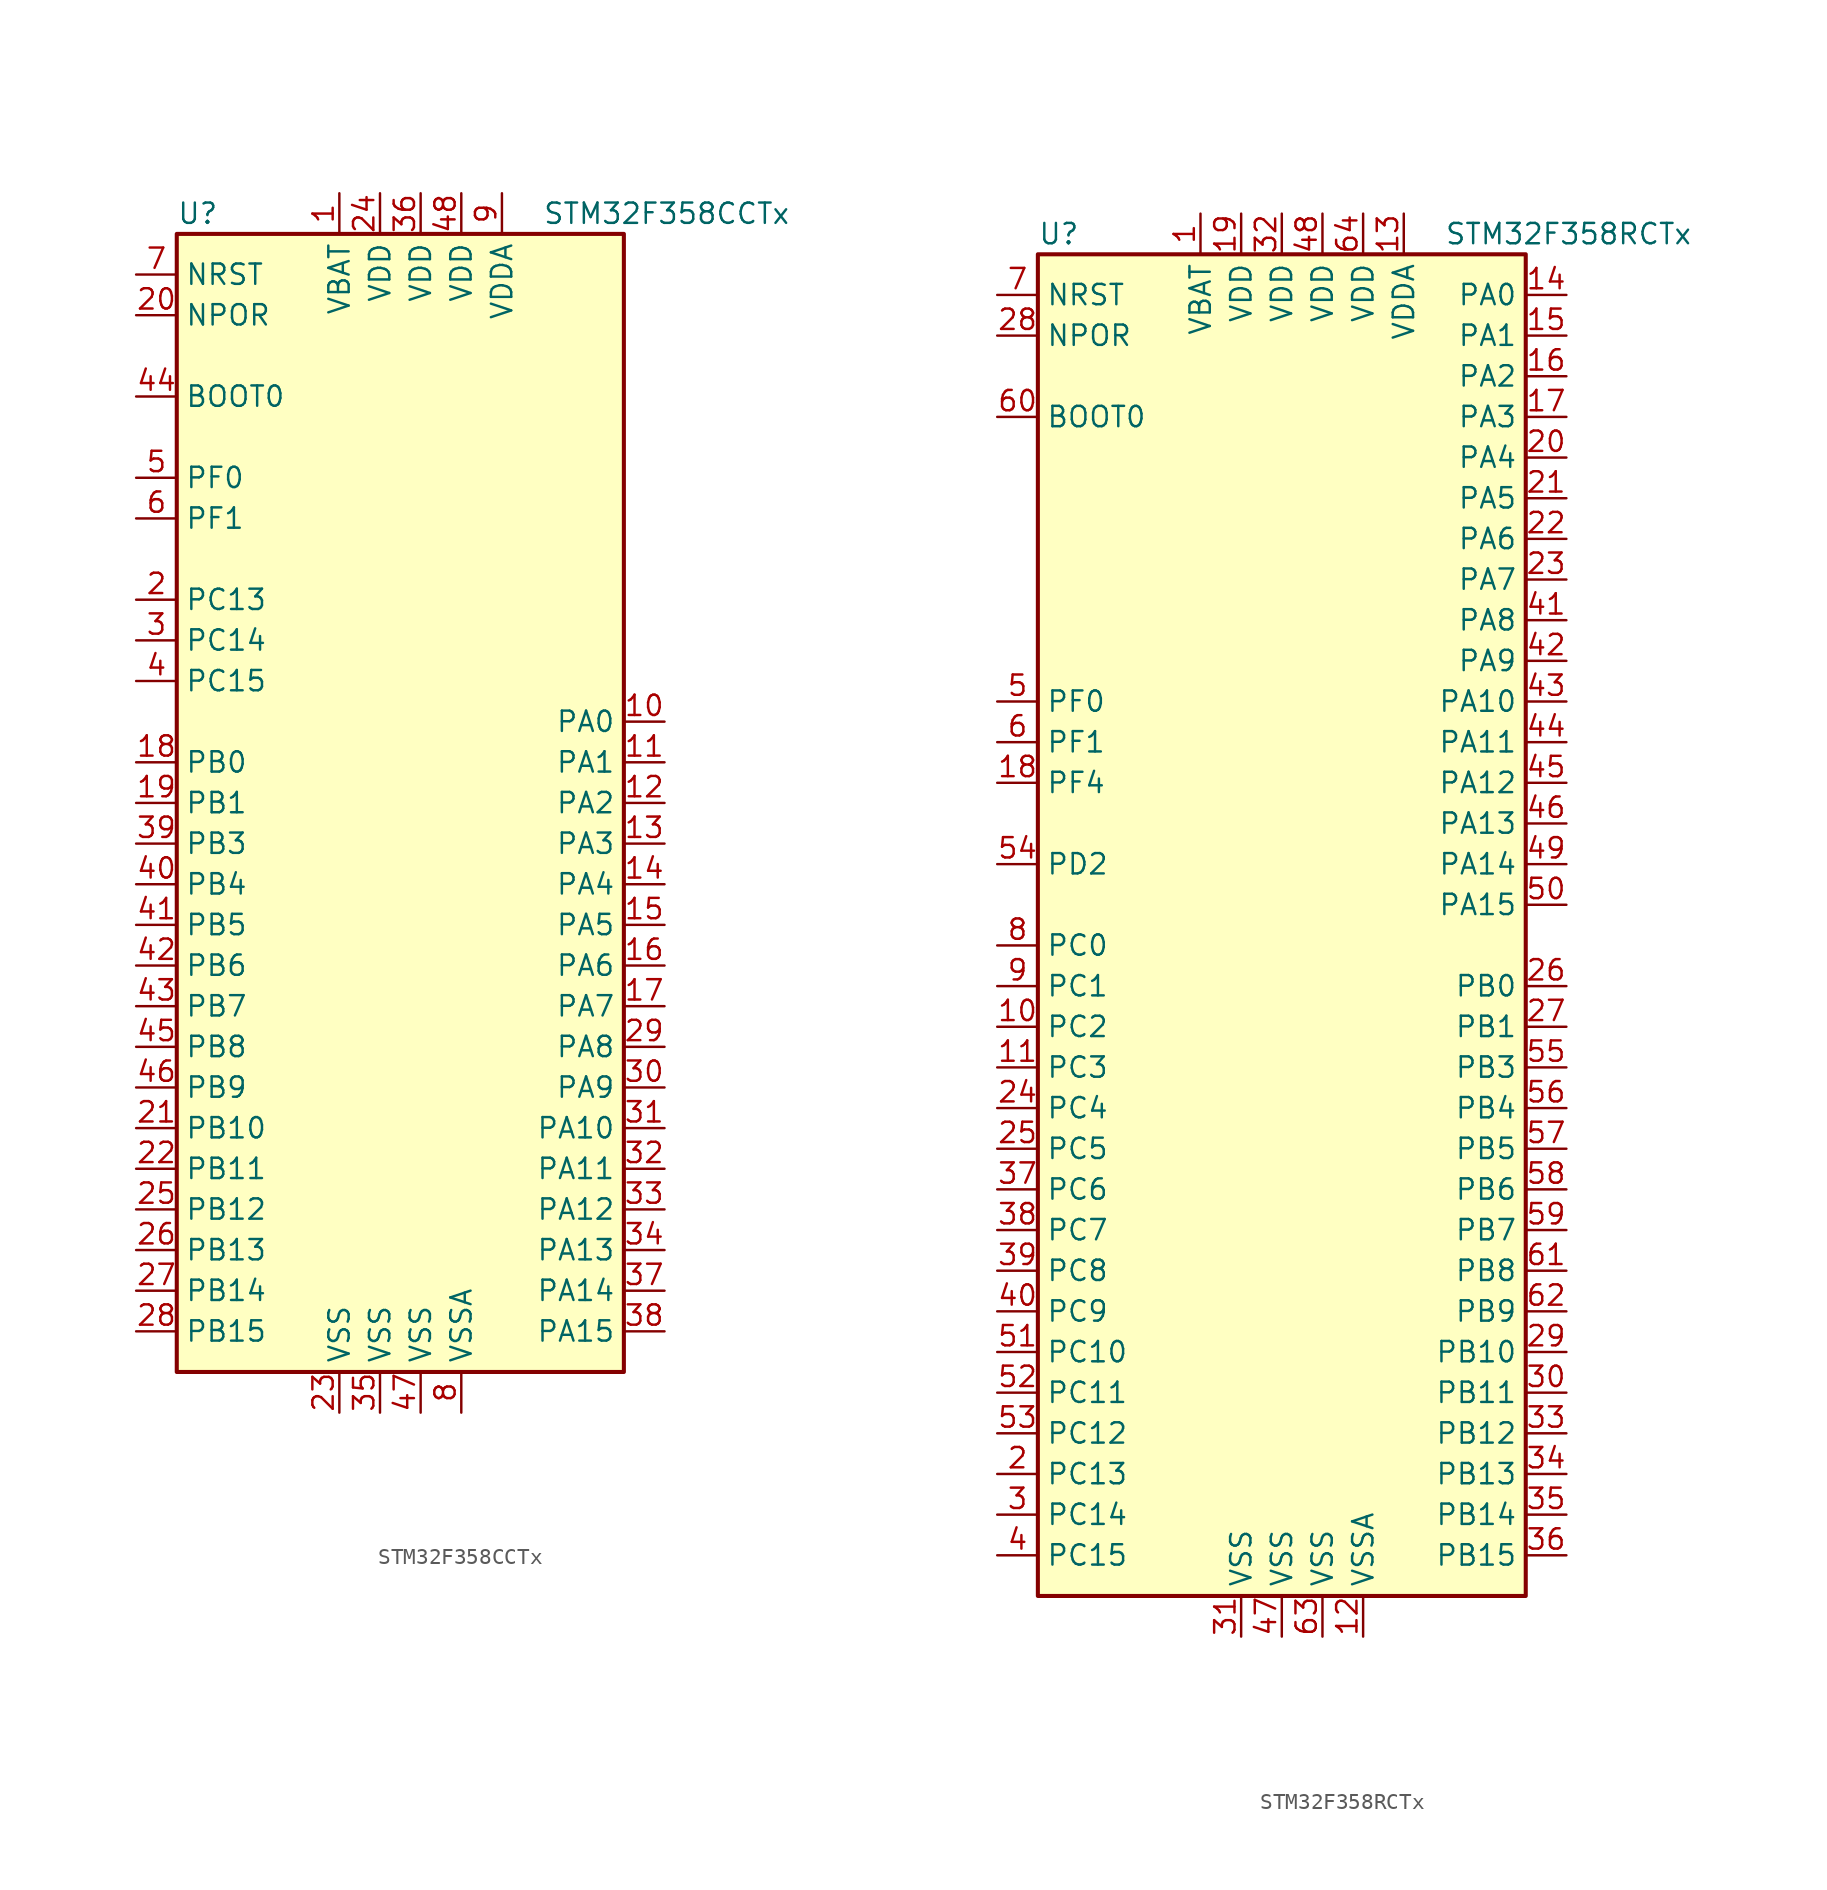
<source format=kicad_sym>
(kicad_symbol_lib
  (version 20201005)
  (generator kicad_symbol_editor)
  (symbol "MCU_ST_STM32F3:STM32F358CCTx"
    (property "Reference" "U"
      (at -15.24 36.83 0)
      (effects (font (size 1.27 1.27)) (justify left)))
    (property "Value" "STM32F358CCTx"
      (at 7.62 36.83 0)
      (effects (font (size 1.27 1.27)) (justify left)))
    (symbol "STM32F358CCTx_0_1"
      (rectangle (start -15.24 -35.56) (end 12.7 35.56) (stroke (width 0.254)) (fill (type background))))
    (symbol "STM32F358CCTx_1_1"
      (pin input line (at -17.78 25.4 0) (length 2.54) (name "BOOT0" (effects (font (size 1.27 1.27)))) (number "44" (effects (font (size 1.27 1.27)))))
      (pin input line (at -17.78 30.48 0) (length 2.54) (name "NPOR" (effects (font (size 1.27 1.27)))) (number "20" (effects (font (size 1.27 1.27)))))
      (pin input line (at -17.78 33.02 0) (length 2.54) (name "NRST" (effects (font (size 1.27 1.27)))) (number "7" (effects (font (size 1.27 1.27)))))
      (pin bidirectional line (at 15.24 5.08 180) (length 2.54) (name "PA0" (effects (font (size 1.27 1.27)))) (number "10" (effects (font (size 1.27 1.27)))))
      (pin bidirectional line (at 15.24 2.54 180) (length 2.54) (name "PA1" (effects (font (size 1.27 1.27)))) (number "11" (effects (font (size 1.27 1.27)))))
      (pin bidirectional line (at 15.24 -20.32 180) (length 2.54) (name "PA10" (effects (font (size 1.27 1.27)))) (number "31" (effects (font (size 1.27 1.27)))))
      (pin bidirectional line (at 15.24 -22.86 180) (length 2.54) (name "PA11" (effects (font (size 1.27 1.27)))) (number "32" (effects (font (size 1.27 1.27)))))
      (pin bidirectional line (at 15.24 -25.4 180) (length 2.54) (name "PA12" (effects (font (size 1.27 1.27)))) (number "33" (effects (font (size 1.27 1.27)))))
      (pin bidirectional line (at 15.24 -27.94 180) (length 2.54) (name "PA13" (effects (font (size 1.27 1.27)))) (number "34" (effects (font (size 1.27 1.27)))))
      (pin bidirectional line (at 15.24 -30.48 180) (length 2.54) (name "PA14" (effects (font (size 1.27 1.27)))) (number "37" (effects (font (size 1.27 1.27)))))
      (pin bidirectional line (at 15.24 -33.02 180) (length 2.54) (name "PA15" (effects (font (size 1.27 1.27)))) (number "38" (effects (font (size 1.27 1.27)))))
      (pin bidirectional line (at 15.24 0 180) (length 2.54) (name "PA2" (effects (font (size 1.27 1.27)))) (number "12" (effects (font (size 1.27 1.27)))))
      (pin bidirectional line (at 15.24 -2.54 180) (length 2.54) (name "PA3" (effects (font (size 1.27 1.27)))) (number "13" (effects (font (size 1.27 1.27)))))
      (pin bidirectional line (at 15.24 -5.08 180) (length 2.54) (name "PA4" (effects (font (size 1.27 1.27)))) (number "14" (effects (font (size 1.27 1.27)))))
      (pin bidirectional line (at 15.24 -7.62 180) (length 2.54) (name "PA5" (effects (font (size 1.27 1.27)))) (number "15" (effects (font (size 1.27 1.27)))))
      (pin bidirectional line (at 15.24 -10.16 180) (length 2.54) (name "PA6" (effects (font (size 1.27 1.27)))) (number "16" (effects (font (size 1.27 1.27)))))
      (pin bidirectional line (at 15.24 -12.7 180) (length 2.54) (name "PA7" (effects (font (size 1.27 1.27)))) (number "17" (effects (font (size 1.27 1.27)))))
      (pin bidirectional line (at 15.24 -15.24 180) (length 2.54) (name "PA8" (effects (font (size 1.27 1.27)))) (number "29" (effects (font (size 1.27 1.27)))))
      (pin bidirectional line (at 15.24 -17.78 180) (length 2.54) (name "PA9" (effects (font (size 1.27 1.27)))) (number "30" (effects (font (size 1.27 1.27)))))
      (pin bidirectional line (at -17.78 2.54 0) (length 2.54) (name "PB0" (effects (font (size 1.27 1.27)))) (number "18" (effects (font (size 1.27 1.27)))))
      (pin bidirectional line (at -17.78 0 0) (length 2.54) (name "PB1" (effects (font (size 1.27 1.27)))) (number "19" (effects (font (size 1.27 1.27)))))
      (pin bidirectional line (at -17.78 -20.32 0) (length 2.54) (name "PB10" (effects (font (size 1.27 1.27)))) (number "21" (effects (font (size 1.27 1.27)))))
      (pin bidirectional line (at -17.78 -22.86 0) (length 2.54) (name "PB11" (effects (font (size 1.27 1.27)))) (number "22" (effects (font (size 1.27 1.27)))))
      (pin bidirectional line (at -17.78 -25.4 0) (length 2.54) (name "PB12" (effects (font (size 1.27 1.27)))) (number "25" (effects (font (size 1.27 1.27)))))
      (pin bidirectional line (at -17.78 -27.94 0) (length 2.54) (name "PB13" (effects (font (size 1.27 1.27)))) (number "26" (effects (font (size 1.27 1.27)))))
      (pin bidirectional line (at -17.78 -30.48 0) (length 2.54) (name "PB14" (effects (font (size 1.27 1.27)))) (number "27" (effects (font (size 1.27 1.27)))))
      (pin bidirectional line (at -17.78 -33.02 0) (length 2.54) (name "PB15" (effects (font (size 1.27 1.27)))) (number "28" (effects (font (size 1.27 1.27)))))
      (pin bidirectional line (at -17.78 -2.54 0) (length 2.54) (name "PB3" (effects (font (size 1.27 1.27)))) (number "39" (effects (font (size 1.27 1.27)))))
      (pin bidirectional line (at -17.78 -5.08 0) (length 2.54) (name "PB4" (effects (font (size 1.27 1.27)))) (number "40" (effects (font (size 1.27 1.27)))))
      (pin bidirectional line (at -17.78 -7.62 0) (length 2.54) (name "PB5" (effects (font (size 1.27 1.27)))) (number "41" (effects (font (size 1.27 1.27)))))
      (pin bidirectional line (at -17.78 -10.16 0) (length 2.54) (name "PB6" (effects (font (size 1.27 1.27)))) (number "42" (effects (font (size 1.27 1.27)))))
      (pin bidirectional line (at -17.78 -12.7 0) (length 2.54) (name "PB7" (effects (font (size 1.27 1.27)))) (number "43" (effects (font (size 1.27 1.27)))))
      (pin bidirectional line (at -17.78 -15.24 0) (length 2.54) (name "PB8" (effects (font (size 1.27 1.27)))) (number "45" (effects (font (size 1.27 1.27)))))
      (pin bidirectional line (at -17.78 -17.78 0) (length 2.54) (name "PB9" (effects (font (size 1.27 1.27)))) (number "46" (effects (font (size 1.27 1.27)))))
      (pin bidirectional line (at -17.78 12.7 0) (length 2.54) (name "PC13" (effects (font (size 1.27 1.27)))) (number "2" (effects (font (size 1.27 1.27)))))
      (pin bidirectional line (at -17.78 10.16 0) (length 2.54) (name "PC14" (effects (font (size 1.27 1.27)))) (number "3" (effects (font (size 1.27 1.27)))))
      (pin bidirectional line (at -17.78 7.62 0) (length 2.54) (name "PC15" (effects (font (size 1.27 1.27)))) (number "4" (effects (font (size 1.27 1.27)))))
      (pin input line (at -17.78 20.32 0) (length 2.54) (name "PF0" (effects (font (size 1.27 1.27)))) (number "5" (effects (font (size 1.27 1.27)))))
      (pin input line (at -17.78 17.78 0) (length 2.54) (name "PF1" (effects (font (size 1.27 1.27)))) (number "6" (effects (font (size 1.27 1.27)))))
      (pin power_in line (at -5.08 38.1 270) (length 2.54) (name "VBAT" (effects (font (size 1.27 1.27)))) (number "1" (effects (font (size 1.27 1.27)))))
      (pin power_in line (at -2.54 38.1 270) (length 2.54) (name "VDD" (effects (font (size 1.27 1.27)))) (number "24" (effects (font (size 1.27 1.27)))))
      (pin power_in line (at 0 38.1 270) (length 2.54) (name "VDD" (effects (font (size 1.27 1.27)))) (number "36" (effects (font (size 1.27 1.27)))))
      (pin power_in line (at 2.54 38.1 270) (length 2.54) (name "VDD" (effects (font (size 1.27 1.27)))) (number "48" (effects (font (size 1.27 1.27)))))
      (pin power_in line (at 5.08 38.1 270) (length 2.54) (name "VDDA" (effects (font (size 1.27 1.27)))) (number "9" (effects (font (size 1.27 1.27)))))
      (pin power_in line (at -5.08 -38.1 90) (length 2.54) (name "VSS" (effects (font (size 1.27 1.27)))) (number "23" (effects (font (size 1.27 1.27)))))
      (pin power_in line (at -2.54 -38.1 90) (length 2.54) (name "VSS" (effects (font (size 1.27 1.27)))) (number "35" (effects (font (size 1.27 1.27)))))
      (pin power_in line (at 0 -38.1 90) (length 2.54) (name "VSS" (effects (font (size 1.27 1.27)))) (number "47" (effects (font (size 1.27 1.27)))))
      (pin power_in line (at 2.54 -38.1 90) (length 2.54) (name "VSSA" (effects (font (size 1.27 1.27)))) (number "8" (effects (font (size 1.27 1.27)))))))
  (symbol "MCU_ST_STM32F3:STM32F358RCTx"
    (property "Reference" "U"
      (at -15.24 41.91 0)
      (effects (font (size 1.27 1.27)) (justify left)))
    (property "Value" "STM32F358RCTx"
      (at 10.16 41.91 0)
      (effects (font (size 1.27 1.27)) (justify left)))
    (symbol "STM32F358RCTx_0_1"
      (rectangle (start -15.24 -43.18) (end 15.24 40.64) (stroke (width 0.254)) (fill (type background))))
    (symbol "STM32F358RCTx_1_1"
      (pin input line (at -17.78 30.48 0) (length 2.54) (name "BOOT0" (effects (font (size 1.27 1.27)))) (number "60" (effects (font (size 1.27 1.27)))))
      (pin input line (at -17.78 35.56 0) (length 2.54) (name "NPOR" (effects (font (size 1.27 1.27)))) (number "28" (effects (font (size 1.27 1.27)))))
      (pin input line (at -17.78 38.1 0) (length 2.54) (name "NRST" (effects (font (size 1.27 1.27)))) (number "7" (effects (font (size 1.27 1.27)))))
      (pin bidirectional line (at 17.78 38.1 180) (length 2.54) (name "PA0" (effects (font (size 1.27 1.27)))) (number "14" (effects (font (size 1.27 1.27)))))
      (pin bidirectional line (at 17.78 35.56 180) (length 2.54) (name "PA1" (effects (font (size 1.27 1.27)))) (number "15" (effects (font (size 1.27 1.27)))))
      (pin bidirectional line (at 17.78 12.7 180) (length 2.54) (name "PA10" (effects (font (size 1.27 1.27)))) (number "43" (effects (font (size 1.27 1.27)))))
      (pin bidirectional line (at 17.78 10.16 180) (length 2.54) (name "PA11" (effects (font (size 1.27 1.27)))) (number "44" (effects (font (size 1.27 1.27)))))
      (pin bidirectional line (at 17.78 7.62 180) (length 2.54) (name "PA12" (effects (font (size 1.27 1.27)))) (number "45" (effects (font (size 1.27 1.27)))))
      (pin bidirectional line (at 17.78 5.08 180) (length 2.54) (name "PA13" (effects (font (size 1.27 1.27)))) (number "46" (effects (font (size 1.27 1.27)))))
      (pin bidirectional line (at 17.78 2.54 180) (length 2.54) (name "PA14" (effects (font (size 1.27 1.27)))) (number "49" (effects (font (size 1.27 1.27)))))
      (pin bidirectional line (at 17.78 0 180) (length 2.54) (name "PA15" (effects (font (size 1.27 1.27)))) (number "50" (effects (font (size 1.27 1.27)))))
      (pin bidirectional line (at 17.78 33.02 180) (length 2.54) (name "PA2" (effects (font (size 1.27 1.27)))) (number "16" (effects (font (size 1.27 1.27)))))
      (pin bidirectional line (at 17.78 30.48 180) (length 2.54) (name "PA3" (effects (font (size 1.27 1.27)))) (number "17" (effects (font (size 1.27 1.27)))))
      (pin bidirectional line (at 17.78 27.94 180) (length 2.54) (name "PA4" (effects (font (size 1.27 1.27)))) (number "20" (effects (font (size 1.27 1.27)))))
      (pin bidirectional line (at 17.78 25.4 180) (length 2.54) (name "PA5" (effects (font (size 1.27 1.27)))) (number "21" (effects (font (size 1.27 1.27)))))
      (pin bidirectional line (at 17.78 22.86 180) (length 2.54) (name "PA6" (effects (font (size 1.27 1.27)))) (number "22" (effects (font (size 1.27 1.27)))))
      (pin bidirectional line (at 17.78 20.32 180) (length 2.54) (name "PA7" (effects (font (size 1.27 1.27)))) (number "23" (effects (font (size 1.27 1.27)))))
      (pin bidirectional line (at 17.78 17.78 180) (length 2.54) (name "PA8" (effects (font (size 1.27 1.27)))) (number "41" (effects (font (size 1.27 1.27)))))
      (pin bidirectional line (at 17.78 15.24 180) (length 2.54) (name "PA9" (effects (font (size 1.27 1.27)))) (number "42" (effects (font (size 1.27 1.27)))))
      (pin bidirectional line (at 17.78 -5.08 180) (length 2.54) (name "PB0" (effects (font (size 1.27 1.27)))) (number "26" (effects (font (size 1.27 1.27)))))
      (pin bidirectional line (at 17.78 -7.62 180) (length 2.54) (name "PB1" (effects (font (size 1.27 1.27)))) (number "27" (effects (font (size 1.27 1.27)))))
      (pin bidirectional line (at 17.78 -27.94 180) (length 2.54) (name "PB10" (effects (font (size 1.27 1.27)))) (number "29" (effects (font (size 1.27 1.27)))))
      (pin bidirectional line (at 17.78 -30.48 180) (length 2.54) (name "PB11" (effects (font (size 1.27 1.27)))) (number "30" (effects (font (size 1.27 1.27)))))
      (pin bidirectional line (at 17.78 -33.02 180) (length 2.54) (name "PB12" (effects (font (size 1.27 1.27)))) (number "33" (effects (font (size 1.27 1.27)))))
      (pin bidirectional line (at 17.78 -35.56 180) (length 2.54) (name "PB13" (effects (font (size 1.27 1.27)))) (number "34" (effects (font (size 1.27 1.27)))))
      (pin bidirectional line (at 17.78 -38.1 180) (length 2.54) (name "PB14" (effects (font (size 1.27 1.27)))) (number "35" (effects (font (size 1.27 1.27)))))
      (pin bidirectional line (at 17.78 -40.64 180) (length 2.54) (name "PB15" (effects (font (size 1.27 1.27)))) (number "36" (effects (font (size 1.27 1.27)))))
      (pin bidirectional line (at 17.78 -10.16 180) (length 2.54) (name "PB3" (effects (font (size 1.27 1.27)))) (number "55" (effects (font (size 1.27 1.27)))))
      (pin bidirectional line (at 17.78 -12.7 180) (length 2.54) (name "PB4" (effects (font (size 1.27 1.27)))) (number "56" (effects (font (size 1.27 1.27)))))
      (pin bidirectional line (at 17.78 -15.24 180) (length 2.54) (name "PB5" (effects (font (size 1.27 1.27)))) (number "57" (effects (font (size 1.27 1.27)))))
      (pin bidirectional line (at 17.78 -17.78 180) (length 2.54) (name "PB6" (effects (font (size 1.27 1.27)))) (number "58" (effects (font (size 1.27 1.27)))))
      (pin bidirectional line (at 17.78 -20.32 180) (length 2.54) (name "PB7" (effects (font (size 1.27 1.27)))) (number "59" (effects (font (size 1.27 1.27)))))
      (pin bidirectional line (at 17.78 -22.86 180) (length 2.54) (name "PB8" (effects (font (size 1.27 1.27)))) (number "61" (effects (font (size 1.27 1.27)))))
      (pin bidirectional line (at 17.78 -25.4 180) (length 2.54) (name "PB9" (effects (font (size 1.27 1.27)))) (number "62" (effects (font (size 1.27 1.27)))))
      (pin bidirectional line (at -17.78 -2.54 0) (length 2.54) (name "PC0" (effects (font (size 1.27 1.27)))) (number "8" (effects (font (size 1.27 1.27)))))
      (pin bidirectional line (at -17.78 -5.08 0) (length 2.54) (name "PC1" (effects (font (size 1.27 1.27)))) (number "9" (effects (font (size 1.27 1.27)))))
      (pin bidirectional line (at -17.78 -27.94 0) (length 2.54) (name "PC10" (effects (font (size 1.27 1.27)))) (number "51" (effects (font (size 1.27 1.27)))))
      (pin bidirectional line (at -17.78 -30.48 0) (length 2.54) (name "PC11" (effects (font (size 1.27 1.27)))) (number "52" (effects (font (size 1.27 1.27)))))
      (pin bidirectional line (at -17.78 -33.02 0) (length 2.54) (name "PC12" (effects (font (size 1.27 1.27)))) (number "53" (effects (font (size 1.27 1.27)))))
      (pin bidirectional line (at -17.78 -35.56 0) (length 2.54) (name "PC13" (effects (font (size 1.27 1.27)))) (number "2" (effects (font (size 1.27 1.27)))))
      (pin bidirectional line (at -17.78 -38.1 0) (length 2.54) (name "PC14" (effects (font (size 1.27 1.27)))) (number "3" (effects (font (size 1.27 1.27)))))
      (pin bidirectional line (at -17.78 -40.64 0) (length 2.54) (name "PC15" (effects (font (size 1.27 1.27)))) (number "4" (effects (font (size 1.27 1.27)))))
      (pin bidirectional line (at -17.78 -7.62 0) (length 2.54) (name "PC2" (effects (font (size 1.27 1.27)))) (number "10" (effects (font (size 1.27 1.27)))))
      (pin bidirectional line (at -17.78 -10.16 0) (length 2.54) (name "PC3" (effects (font (size 1.27 1.27)))) (number "11" (effects (font (size 1.27 1.27)))))
      (pin bidirectional line (at -17.78 -12.7 0) (length 2.54) (name "PC4" (effects (font (size 1.27 1.27)))) (number "24" (effects (font (size 1.27 1.27)))))
      (pin bidirectional line (at -17.78 -15.24 0) (length 2.54) (name "PC5" (effects (font (size 1.27 1.27)))) (number "25" (effects (font (size 1.27 1.27)))))
      (pin bidirectional line (at -17.78 -17.78 0) (length 2.54) (name "PC6" (effects (font (size 1.27 1.27)))) (number "37" (effects (font (size 1.27 1.27)))))
      (pin bidirectional line (at -17.78 -20.32 0) (length 2.54) (name "PC7" (effects (font (size 1.27 1.27)))) (number "38" (effects (font (size 1.27 1.27)))))
      (pin bidirectional line (at -17.78 -22.86 0) (length 2.54) (name "PC8" (effects (font (size 1.27 1.27)))) (number "39" (effects (font (size 1.27 1.27)))))
      (pin bidirectional line (at -17.78 -25.4 0) (length 2.54) (name "PC9" (effects (font (size 1.27 1.27)))) (number "40" (effects (font (size 1.27 1.27)))))
      (pin bidirectional line (at -17.78 2.54 0) (length 2.54) (name "PD2" (effects (font (size 1.27 1.27)))) (number "54" (effects (font (size 1.27 1.27)))))
      (pin input line (at -17.78 12.7 0) (length 2.54) (name "PF0" (effects (font (size 1.27 1.27)))) (number "5" (effects (font (size 1.27 1.27)))))
      (pin input line (at -17.78 10.16 0) (length 2.54) (name "PF1" (effects (font (size 1.27 1.27)))) (number "6" (effects (font (size 1.27 1.27)))))
      (pin bidirectional line (at -17.78 7.62 0) (length 2.54) (name "PF4" (effects (font (size 1.27 1.27)))) (number "18" (effects (font (size 1.27 1.27)))))
      (pin power_in line (at -5.08 43.18 270) (length 2.54) (name "VBAT" (effects (font (size 1.27 1.27)))) (number "1" (effects (font (size 1.27 1.27)))))
      (pin power_in line (at -2.54 43.18 270) (length 2.54) (name "VDD" (effects (font (size 1.27 1.27)))) (number "19" (effects (font (size 1.27 1.27)))))
      (pin power_in line (at 0 43.18 270) (length 2.54) (name "VDD" (effects (font (size 1.27 1.27)))) (number "32" (effects (font (size 1.27 1.27)))))
      (pin power_in line (at 2.54 43.18 270) (length 2.54) (name "VDD" (effects (font (size 1.27 1.27)))) (number "48" (effects (font (size 1.27 1.27)))))
      (pin power_in line (at 5.08 43.18 270) (length 2.54) (name "VDD" (effects (font (size 1.27 1.27)))) (number "64" (effects (font (size 1.27 1.27)))))
      (pin power_in line (at 7.62 43.18 270) (length 2.54) (name "VDDA" (effects (font (size 1.27 1.27)))) (number "13" (effects (font (size 1.27 1.27)))))
      (pin power_in line (at -2.54 -45.72 90) (length 2.54) (name "VSS" (effects (font (size 1.27 1.27)))) (number "31" (effects (font (size 1.27 1.27)))))
      (pin power_in line (at 0 -45.72 90) (length 2.54) (name "VSS" (effects (font (size 1.27 1.27)))) (number "47" (effects (font (size 1.27 1.27)))))
      (pin power_in line (at 2.54 -45.72 90) (length 2.54) (name "VSS" (effects (font (size 1.27 1.27)))) (number "63" (effects (font (size 1.27 1.27)))))
      (pin power_in line (at 5.08 -45.72 90) (length 2.54) (name "VSSA" (effects (font (size 1.27 1.27)))) (number "12" (effects (font (size 1.27 1.27))))))))
</source>
